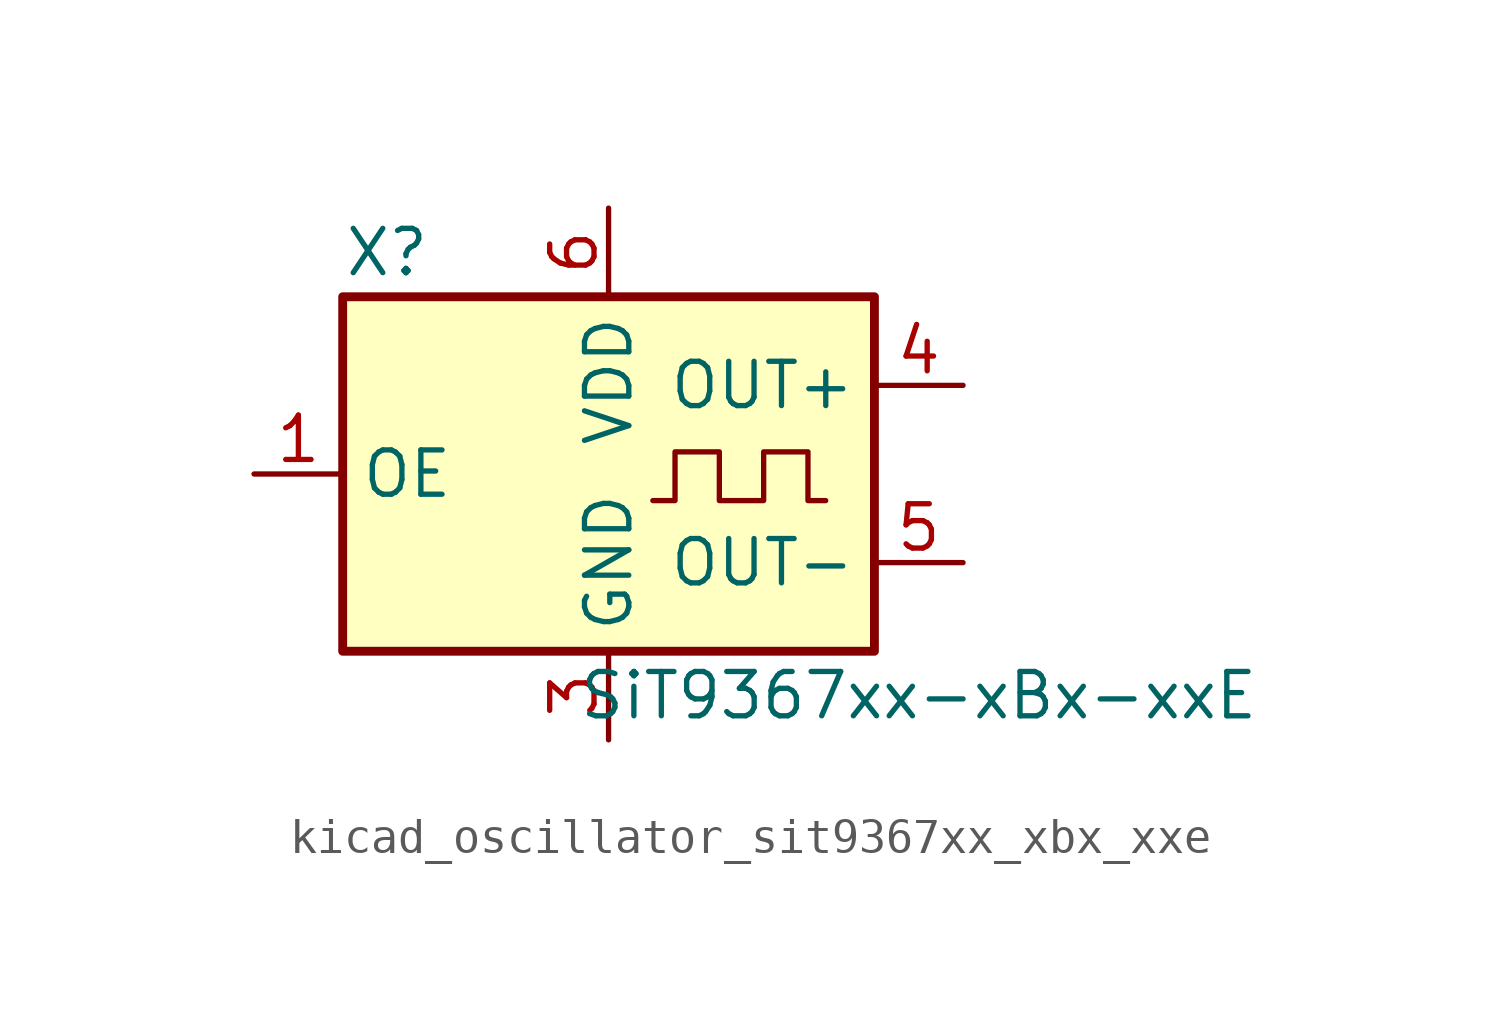
<source format=kicad_sym>
(kicad_symbol_lib
  (version 20220914)
  (generator kicad_symbol_editor)
  (symbol "kicad_oscillator_sit9367xx_xbx_xxe"
    (property "Reference" "X"
      (at -6.35 6.35 0)
      (effects (font (size 1.27 1.27))))
    (property "Value" "SiT9367xx-xBx-xxE"
      (at 8.89 -6.35 0)
      (effects (font (size 1.27 1.27))))
    (symbol "kicad_oscillator_sit9367xx_xbx_xxe_0_1"
      (rectangle (start -7.62 5.08) (end 7.62 -5.08) (stroke (width 0.254) (type default)) (fill (type background)))
      (polyline (pts (xy 1.27 -0.762) (xy 1.905 -0.762) (xy 1.905 0.635) (xy 3.175 0.635) (xy 3.175 -0.762) (xy 4.445 -0.762) (xy 4.445 0.635) (xy 5.715 0.635) (xy 5.715 -0.762) (xy 6.223 -0.762)) (stroke (width 0) (type default)) (fill (type none))))
    (symbol "kicad_oscillator_sit9367xx_xbx_xxe_1_1"
      (pin input line (at -10.16 0 0) (length 2.54) (name "OE" (effects (font (size 1.27 1.27)))) (number "1" (effects (font (size 1.27 1.27)))))
      (pin no_connect line (at -7.62 2.54 0) (length 2.54) hide (name "NC" (effects (font (size 1.27 1.27)))) (number "2" (effects (font (size 1.27 1.27)))))
      (pin power_in line (at 0 -7.62 90) (length 2.54) (name "GND" (effects (font (size 1.27 1.27)))) (number "3" (effects (font (size 1.27 1.27)))))
      (pin output line (at 10.16 2.54 180) (length 2.54) (name "OUT+" (effects (font (size 1.27 1.27)))) (number "4" (effects (font (size 1.27 1.27)))))
      (pin output line (at 10.16 -2.54 180) (length 2.54) (name "OUT-" (effects (font (size 1.27 1.27)))) (number "5" (effects (font (size 1.27 1.27)))))
      (pin power_in line (at 0 7.62 270) (length 2.54) (name "VDD" (effects (font (size 1.27 1.27)))) (number "6" (effects (font (size 1.27 1.27))))))))
</source>
